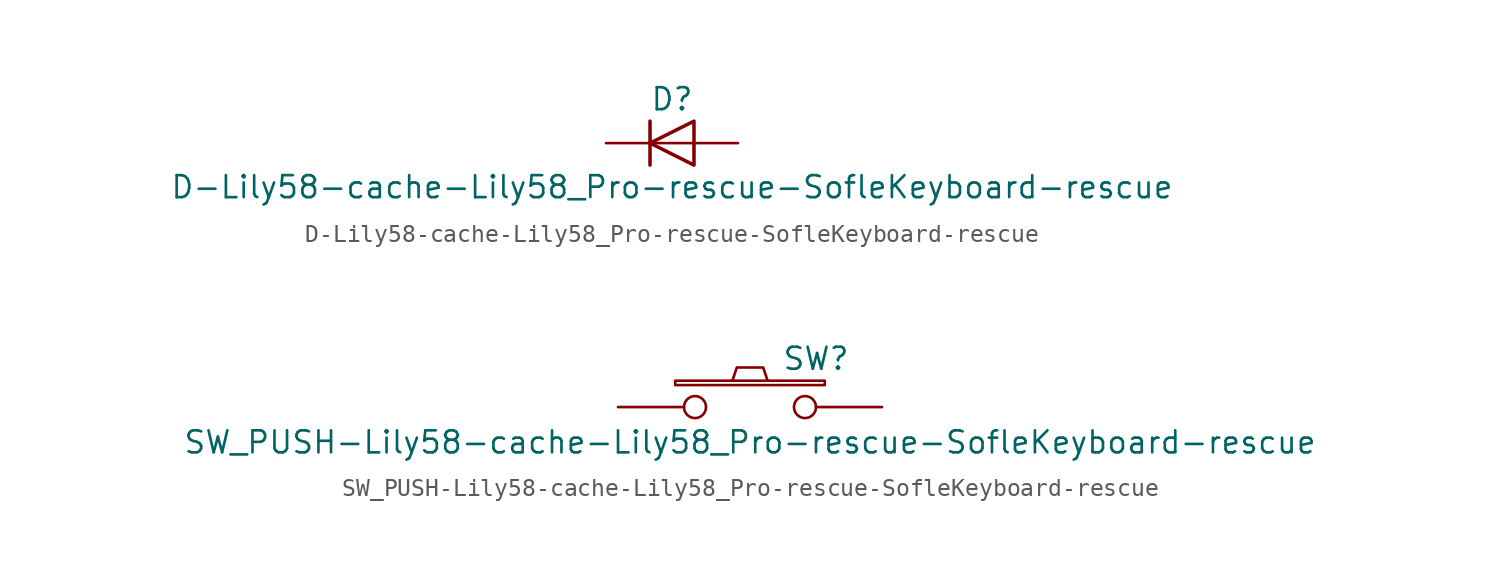
<source format=kicad_sym>
(kicad_symbol_lib
  (version 20201005)
  (generator kicad_symbol_editor)
  (symbol "D-Lily58-cache-Lily58_Pro-rescue-SofleKeyboard-rescue"
    (pin_numbers hide)
    (pin_names
      (offset 1.016) hide)
    (property "Reference" "D"
      (at 0 2.54 0)
      (effects (font (size 1.27 1.27))))
    (property "Value" "D-Lily58-cache-Lily58_Pro-rescue-SofleKeyboard-rescue"
      (at 0 -2.54 0)
      (effects (font (size 1.27 1.27))))
    (symbol "D-Lily58-cache-Lily58_Pro-rescue-SofleKeyboard-rescue_0_1"
      (polyline (pts (xy -1.27 1.27) (xy -1.27 -1.27)) (stroke (width 0.203)) (fill (type none)))
      (polyline (pts (xy 1.27 0) (xy -1.27 0)) (stroke (width 0)) (fill (type none)))
      (polyline (pts (xy 1.27 1.27) (xy 1.27 -1.27) (xy -1.27 0) (xy 1.27 1.27)) (stroke (width 0.203)) (fill (type none))))
    (symbol "D-Lily58-cache-Lily58_Pro-rescue-SofleKeyboard-rescue_1_1"
      (pin passive line (at -3.81 0 0) (length 2.54) (name "K" (effects (font (size 1.27 1.27)))) (number "1" (effects (font (size 1.27 1.27)))))
      (pin passive line (at 3.81 0 180) (length 2.54) (name "A" (effects (font (size 1.27 1.27)))) (number "2" (effects (font (size 1.27 1.27)))))))
  (symbol "SW_PUSH-Lily58-cache-Lily58_Pro-rescue-SofleKeyboard-rescue"
    (pin_numbers hide)
    (pin_names
      (offset 1.016) hide)
    (property "Reference" "SW"
      (at 3.81 2.794 0)
      (effects (font (size 1.27 1.27))))
    (property "Value" "SW_PUSH-Lily58-cache-Lily58_Pro-rescue-SofleKeyboard-rescue"
      (at 0 -2.032 0)
      (effects (font (size 1.27 1.27))))
    (property "Footprint" ""
      (at 0 0 0)
      (effects (font (size 1.27 1.27))))
    (property "Datasheet" ""
      (at 0 0 0)
      (effects (font (size 1.27 1.27))))
    (symbol "SW_PUSH-Lily58-cache-Lily58_Pro-rescue-SofleKeyboard-rescue_0_1"
      (rectangle (start -4.318 1.27) (end 4.318 1.524) (stroke (width 0)) (fill (type none)))
      (polyline (pts (xy -1.016 1.524) (xy -0.762 2.286) (xy 0.762 2.286) (xy 1.016 1.524)) (stroke (width 0)) (fill (type none)))
      (pin passive inverted (at -7.62 0 0) (length 5.08) (name "1" (effects (font (size 1.27 1.27)))) (number "1" (effects (font (size 1.27 1.27)))))
      (pin passive inverted (at 7.62 0 180) (length 5.08) (name "2" (effects (font (size 1.27 1.27)))) (number "2" (effects (font (size 1.27 1.27))))))))
</source>
